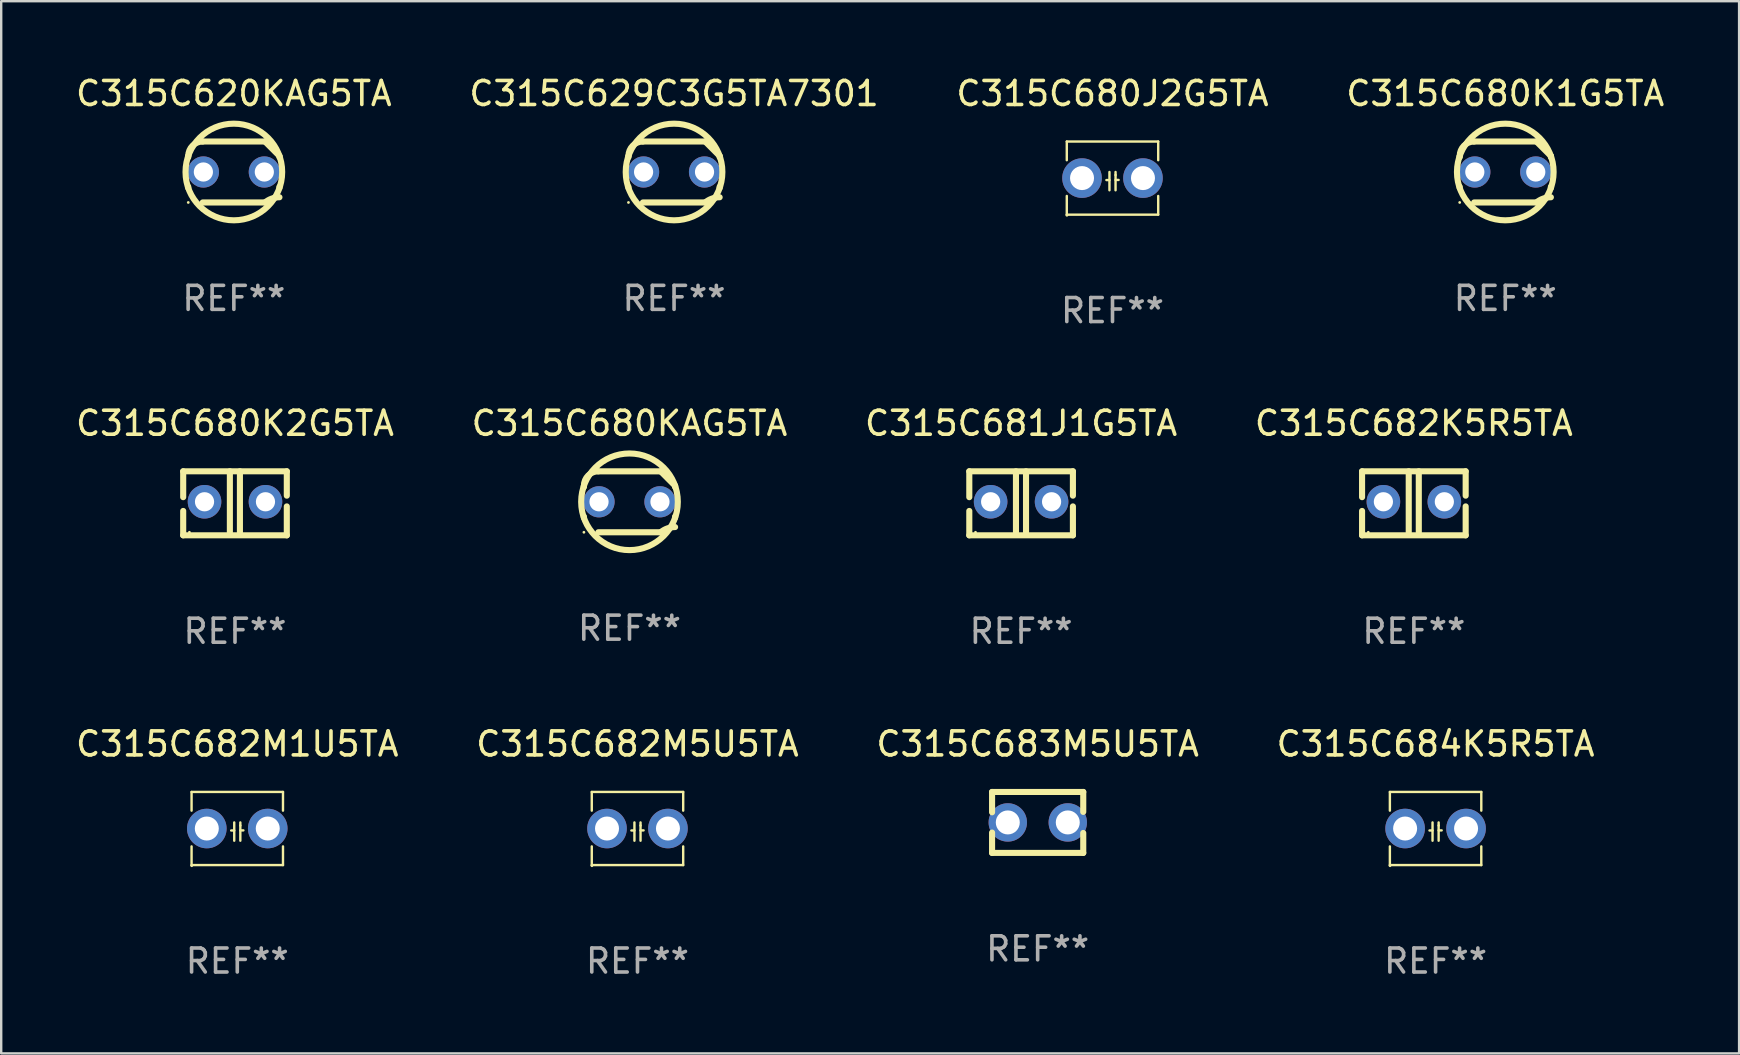
<source format=kicad_pcb>
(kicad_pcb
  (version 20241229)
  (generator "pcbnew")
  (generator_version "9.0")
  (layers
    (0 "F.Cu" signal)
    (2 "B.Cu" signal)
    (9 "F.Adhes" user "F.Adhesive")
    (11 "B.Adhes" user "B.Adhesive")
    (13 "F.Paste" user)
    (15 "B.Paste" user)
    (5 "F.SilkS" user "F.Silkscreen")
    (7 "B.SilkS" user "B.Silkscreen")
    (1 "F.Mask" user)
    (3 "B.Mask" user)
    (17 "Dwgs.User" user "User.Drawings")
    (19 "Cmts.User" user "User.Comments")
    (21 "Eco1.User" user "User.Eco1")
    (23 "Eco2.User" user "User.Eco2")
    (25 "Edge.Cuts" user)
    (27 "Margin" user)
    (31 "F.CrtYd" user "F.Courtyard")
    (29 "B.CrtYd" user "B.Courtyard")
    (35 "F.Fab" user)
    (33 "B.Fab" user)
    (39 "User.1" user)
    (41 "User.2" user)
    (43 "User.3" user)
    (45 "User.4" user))
  (footprint "C315C629C3G5TA7301"
    (layer "F.Cu")
    (at 25.042 4.118)
    (property "Reference" "C315C629C3G5TA7301" (at 0 -3.27 0) (layer "F.SilkS") (effects (font (size 1 1) (thickness 0.15))))
    (attr through_hole)
    (fp_line (start -1.9 -0.615) (end -1.9 -0.668) (stroke (width 0.254) (type solid)) (layer "F.SilkS"))
    (fp_line (start -1.9 0.668) (end -1.9 0.615) (stroke (width 0.254) (type solid)) (layer "F.SilkS"))
    (fp_line (start -1.298 1.27) (end 1.298 1.27) (stroke (width 0.254) (type solid)) (layer "F.SilkS"))
    (fp_line (start -1.298 -1.27) (end 1.298 -1.27) (stroke (width 0.254) (type solid)) (layer "F.SilkS"))
    (fp_line (start 1.9 -0.668) (end 1.9 -0.615) (stroke (width 0.254) (type solid)) (layer "F.SilkS"))
    (fp_line (start 1.9 0.615) (end 1.9 0.668) (stroke (width 0.254) (type solid)) (layer "F.SilkS"))
    (fp_arc (start -1.900025 0.667602) (mid 1.900003 -0.66758) (end -1.900025 0.667602) (stroke (width 0.254001) (type solid)) (layer "F.SilkS"))
    (fp_arc (start -1.9 -0.667602) (mid -1.723557 -1.093572) (end -1.297587 -1.270015) (stroke (width 0.254001) (type solid)) (layer "F.SilkS"))
    (fp_arc (start 1.297587 1.26999) (mid 1.579878 1.109027) (end 1.9 1.053172) (stroke (width 0.254001) (type solid)) (layer "F.SilkS"))
    (fp_arc (start 1.297611 -1.270042) (mid 1.598991 -0.969008) (end 1.900025 -0.667628) (stroke (width 0.254001) (type solid)) (layer "F.SilkS"))
    (fp_circle (center -1.9 1.27) (end -1.87 1.27) (stroke (width 0.06) (type solid)) (fill no) (layer "F.SilkS"))
    (fp_text user "REF**" (at 0 5.27 0) (layer "F.Fab") (effects (font (size 1 1) (thickness 0.15))))
    (pad "1" thru_hole circle (at -1.27 -0.000013) (size 1.3 1.3) (drill 0.8) (layers "*.Cu" "*.Mask"))
    (pad "2" thru_hole circle (at 1.27 -0.000013) (size 1.3 1.3) (drill 0.8) (layers "*.Cu" "*.Mask")))
  (footprint "C315C682K5R5TA"
    (layer "F.Cu")
    (at 55.875 17.926)
    (property "Reference" "C315C682K5R5TA" (at 0 -3.334 0) (layer "F.SilkS") (effects (font (size 1 1) (thickness 0.15))))
    (attr through_hole)
    (fp_line (start -2.159 -1.334) (end 2.159 -1.334) (stroke (width 0.254) (type solid)) (layer "F.SilkS"))
    (fp_line (start -2.159 -0.256) (end -2.159 -1.334) (stroke (width 0.254) (type solid)) (layer "F.SilkS"))
    (fp_line (start -2.159 1.334) (end -2.159 0.318) (stroke (width 0.254) (type solid)) (layer "F.SilkS"))
    (fp_line (start -0.214 -1.334) (end -0.214 1.207) (stroke (width 0.254) (type solid)) (layer "F.SilkS"))
    (fp_line (start 0.205 -1.334) (end 0.205 1.207) (stroke (width 0.254) (type solid)) (layer "F.SilkS"))
    (fp_line (start 2.159 -1.334) (end 2.159 -0.318) (stroke (width 0.254) (type solid)) (layer "F.SilkS"))
    (fp_line (start 2.159 0.129) (end 2.159 1.334) (stroke (width 0.254) (type solid)) (layer "F.SilkS"))
    (fp_line (start 2.159 1.334) (end -2.159 1.334) (stroke (width 0.254) (type solid)) (layer "F.SilkS"))
    (fp_circle (center -1.9 1.207) (end -1.87 1.207) (stroke (width 0.06) (type solid)) (fill no) (layer "F.SilkS"))
    (fp_text user "REF**" (at 0 5.334 0) (layer "F.Fab") (effects (font (size 1 1) (thickness 0.15))))
    (pad "1" thru_hole circle (at -1.27 -0.064) (size 1.4 1.4) (drill 0.8) (layers "*.Cu" "*.Mask"))
    (pad "2" thru_hole circle (at 1.27 -0.064) (size 1.4 1.4) (drill 0.8) (layers "*.Cu" "*.Mask")))
  (footprint "C315C682M1U5TA"
    (layer "F.Cu")
    (at 6.839 31.48)
    (property "Reference" "C315C682M1U5TA" (at 0 -3.524 0) (layer "F.SilkS") (effects (font (size 1 1) (thickness 0.15))))
    (attr through_hole)
    (fp_line (start -1.905 -1.524) (end -1.905 -0.745) (stroke (width 0.1) (type solid)) (layer "F.SilkS"))
    (fp_line (start -1.905 0.745) (end -1.905 1.524) (stroke (width 0.1) (type solid)) (layer "F.SilkS"))
    (fp_line (start -1.905 1.524) (end 1.905 1.524) (stroke (width 0.1) (type solid)) (layer "F.SilkS"))
    (fp_line (start -0.127 -0.254) (end -0.127 0.508) (stroke (width 0.1) (type solid)) (layer "F.SilkS"))
    (fp_line (start -0.127 0.082) (end -0.254 0.082) (stroke (width 0.1) (type solid)) (layer "F.SilkS"))
    (fp_line (start 0.127 -0.127) (end 0.127 -0.254) (stroke (width 0.1) (type solid)) (layer "F.SilkS"))
    (fp_line (start 0.127 -0.127) (end 0.127 0.508) (stroke (width 0.1) (type solid)) (layer "F.SilkS"))
    (fp_line (start 0.127 0.077) (end 0.254 0.077) (stroke (width 0.1) (type solid)) (layer "F.SilkS"))
    (fp_line (start 1.905 -1.524) (end -1.905 -1.524) (stroke (width 0.1) (type solid)) (layer "F.SilkS"))
    (fp_line (start 1.905 -0.745) (end 1.905 -1.524) (stroke (width 0.1) (type solid)) (layer "F.SilkS"))
    (fp_line (start 1.905 1.524) (end 1.905 0.745) (stroke (width 0.1) (type solid)) (layer "F.SilkS"))
    (fp_circle (center -1.9 1.55) (end -1.87 1.55) (stroke (width 0.06) (type solid)) (fill no) (layer "F.SilkS"))
    (fp_text user "REF**" (at 0 5.524 0) (layer "F.Fab") (effects (font (size 1 1) (thickness 0.15))))
    (pad "1" thru_hole circle (at -1.27 0) (size 1.65 1.65) (drill 1) (layers "*.Cu" "*.Mask"))
    (pad "2" thru_hole circle (at 1.27 0) (size 1.65 1.65) (drill 1) (layers "*.Cu" "*.Mask")))
  (footprint "C315C680KAG5TA"
    (layer "F.Cu")
    (at 23.185 17.863)
    (property "Reference" "C315C680KAG5TA" (at 0 -3.27 0) (layer "F.SilkS") (effects (font (size 1 1) (thickness 0.15))))
    (attr through_hole)
    (fp_line (start -1.9 -0.615) (end -1.9 -0.668) (stroke (width 0.254) (type solid)) (layer "F.SilkS"))
    (fp_line (start -1.9 0.668) (end -1.9 0.615) (stroke (width 0.254) (type solid)) (layer "F.SilkS"))
    (fp_line (start -1.298 1.27) (end 1.298 1.27) (stroke (width 0.254) (type solid)) (layer "F.SilkS"))
    (fp_line (start -1.298 -1.27) (end 1.298 -1.27) (stroke (width 0.254) (type solid)) (layer "F.SilkS"))
    (fp_line (start 1.9 -0.668) (end 1.9 -0.615) (stroke (width 0.254) (type solid)) (layer "F.SilkS"))
    (fp_line (start 1.9 0.615) (end 1.9 0.668) (stroke (width 0.254) (type solid)) (layer "F.SilkS"))
    (fp_arc (start -1.900025 0.667602) (mid 1.900003 -0.66758) (end -1.900025 0.667602) (stroke (width 0.254001) (type solid)) (layer "F.SilkS"))
    (fp_arc (start -1.9 -0.667602) (mid -1.723557 -1.093572) (end -1.297587 -1.270015) (stroke (width 0.254001) (type solid)) (layer "F.SilkS"))
    (fp_arc (start 1.297587 1.26999) (mid 1.579878 1.109027) (end 1.9 1.053172) (stroke (width 0.254001) (type solid)) (layer "F.SilkS"))
    (fp_arc (start 1.297611 -1.270042) (mid 1.598991 -0.969008) (end 1.900025 -0.667628) (stroke (width 0.254001) (type solid)) (layer "F.SilkS"))
    (fp_circle (center -1.9 1.27) (end -1.87 1.27) (stroke (width 0.06) (type solid)) (fill no) (layer "F.SilkS"))
    (fp_text user "REF**" (at 0 5.27 0) (layer "F.Fab") (effects (font (size 1 1) (thickness 0.15))))
    (pad "1" thru_hole circle (at -1.27 -0.000013) (size 1.3 1.3) (drill 0.8) (layers "*.Cu" "*.Mask"))
    (pad "2" thru_hole circle (at 1.27 -0.000013) (size 1.3 1.3) (drill 0.8) (layers "*.Cu" "*.Mask")))
  (footprint "C315C682M5U5TA"
    (layer "F.Cu")
    (at 23.518 31.48)
    (property "Reference" "C315C682M5U5TA" (at 0 -3.524 0) (layer "F.SilkS") (effects (font (size 1 1) (thickness 0.15))))
    (attr through_hole)
    (fp_line (start -1.905 -1.524) (end -1.905 -0.745) (stroke (width 0.1) (type solid)) (layer "F.SilkS"))
    (fp_line (start -1.905 0.745) (end -1.905 1.524) (stroke (width 0.1) (type solid)) (layer "F.SilkS"))
    (fp_line (start -1.905 1.524) (end 1.905 1.524) (stroke (width 0.1) (type solid)) (layer "F.SilkS"))
    (fp_line (start -0.127 -0.254) (end -0.127 0.508) (stroke (width 0.1) (type solid)) (layer "F.SilkS"))
    (fp_line (start -0.127 0.082) (end -0.254 0.082) (stroke (width 0.1) (type solid)) (layer "F.SilkS"))
    (fp_line (start 0.127 -0.127) (end 0.127 -0.254) (stroke (width 0.1) (type solid)) (layer "F.SilkS"))
    (fp_line (start 0.127 -0.127) (end 0.127 0.508) (stroke (width 0.1) (type solid)) (layer "F.SilkS"))
    (fp_line (start 0.127 0.077) (end 0.254 0.077) (stroke (width 0.1) (type solid)) (layer "F.SilkS"))
    (fp_line (start 1.905 -1.524) (end -1.905 -1.524) (stroke (width 0.1) (type solid)) (layer "F.SilkS"))
    (fp_line (start 1.905 -0.745) (end 1.905 -1.524) (stroke (width 0.1) (type solid)) (layer "F.SilkS"))
    (fp_line (start 1.905 1.524) (end 1.905 0.745) (stroke (width 0.1) (type solid)) (layer "F.SilkS"))
    (fp_circle (center -1.9 1.55) (end -1.87 1.55) (stroke (width 0.06) (type solid)) (fill no) (layer "F.SilkS"))
    (fp_text user "REF**" (at 0 5.524 0) (layer "F.Fab") (effects (font (size 1 1) (thickness 0.15))))
    (pad "1" thru_hole circle (at -1.27 0) (size 1.65 1.65) (drill 1) (layers "*.Cu" "*.Mask"))
    (pad "2" thru_hole circle (at 1.27 0) (size 1.65 1.65) (drill 1) (layers "*.Cu" "*.Mask")))
  (footprint "C315C681J1G5TA"
    (layer "F.Cu")
    (at 39.506 17.926)
    (property "Reference" "C315C681J1G5TA" (at 0 -3.334 0) (layer "F.SilkS") (effects (font (size 1 1) (thickness 0.15))))
    (attr through_hole)
    (fp_line (start -2.159 -1.334) (end 2.159 -1.334) (stroke (width 0.254) (type solid)) (layer "F.SilkS"))
    (fp_line (start -2.159 -0.256) (end -2.159 -1.334) (stroke (width 0.254) (type solid)) (layer "F.SilkS"))
    (fp_line (start -2.159 1.334) (end -2.159 0.318) (stroke (width 0.254) (type solid)) (layer "F.SilkS"))
    (fp_line (start -0.214 -1.334) (end -0.214 1.207) (stroke (width 0.254) (type solid)) (layer "F.SilkS"))
    (fp_line (start 0.205 -1.334) (end 0.205 1.207) (stroke (width 0.254) (type solid)) (layer "F.SilkS"))
    (fp_line (start 2.159 -1.334) (end 2.159 -0.318) (stroke (width 0.254) (type solid)) (layer "F.SilkS"))
    (fp_line (start 2.159 0.129) (end 2.159 1.334) (stroke (width 0.254) (type solid)) (layer "F.SilkS"))
    (fp_line (start 2.159 1.334) (end -2.159 1.334) (stroke (width 0.254) (type solid)) (layer "F.SilkS"))
    (fp_circle (center -1.9 1.207) (end -1.87 1.207) (stroke (width 0.06) (type solid)) (fill no) (layer "F.SilkS"))
    (fp_text user "REF**" (at 0 5.334 0) (layer "F.Fab") (effects (font (size 1 1) (thickness 0.15))))
    (pad "1" thru_hole circle (at -1.27 -0.064) (size 1.4 1.4) (drill 0.8) (layers "*.Cu" "*.Mask"))
    (pad "2" thru_hole circle (at 1.27 -0.064) (size 1.4 1.4) (drill 0.8) (layers "*.Cu" "*.Mask")))
  (footprint "C315C680K2G5TA"
    (layer "F.Cu")
    (at 6.744 17.926)
    (property "Reference" "C315C680K2G5TA" (at 0 -3.334 0) (layer "F.SilkS") (effects (font (size 1 1) (thickness 0.15))))
    (attr through_hole)
    (fp_line (start -2.159 -1.334) (end 2.159 -1.334) (stroke (width 0.254) (type solid)) (layer "F.SilkS"))
    (fp_line (start -2.159 -0.256) (end -2.159 -1.334) (stroke (width 0.254) (type solid)) (layer "F.SilkS"))
    (fp_line (start -2.159 1.334) (end -2.159 0.318) (stroke (width 0.254) (type solid)) (layer "F.SilkS"))
    (fp_line (start -0.214 -1.334) (end -0.214 1.207) (stroke (width 0.254) (type solid)) (layer "F.SilkS"))
    (fp_line (start 0.205 -1.334) (end 0.205 1.207) (stroke (width 0.254) (type solid)) (layer "F.SilkS"))
    (fp_line (start 2.159 -1.334) (end 2.159 -0.318) (stroke (width 0.254) (type solid)) (layer "F.SilkS"))
    (fp_line (start 2.159 0.129) (end 2.159 1.334) (stroke (width 0.254) (type solid)) (layer "F.SilkS"))
    (fp_line (start 2.159 1.334) (end -2.159 1.334) (stroke (width 0.254) (type solid)) (layer "F.SilkS"))
    (fp_circle (center -1.9 1.207) (end -1.87 1.207) (stroke (width 0.06) (type solid)) (fill no) (layer "F.SilkS"))
    (fp_text user "REF**" (at 0 5.334 0) (layer "F.Fab") (effects (font (size 1 1) (thickness 0.15))))
    (pad "1" thru_hole circle (at -1.27 -0.064) (size 1.4 1.4) (drill 0.8) (layers "*.Cu" "*.Mask"))
    (pad "2" thru_hole circle (at 1.27 -0.064) (size 1.4 1.4) (drill 0.8) (layers "*.Cu" "*.Mask")))
  (footprint "C315C684K5R5TA"
    (layer "F.Cu")
    (at 56.78 31.48)
    (property "Reference" "C315C684K5R5TA" (at 0 -3.524 0) (layer "F.SilkS") (effects (font (size 1 1) (thickness 0.15))))
    (attr through_hole)
    (fp_line (start -1.905 -1.524) (end -1.905 -0.745) (stroke (width 0.1) (type solid)) (layer "F.SilkS"))
    (fp_line (start -1.905 0.745) (end -1.905 1.524) (stroke (width 0.1) (type solid)) (layer "F.SilkS"))
    (fp_line (start -1.905 1.524) (end 1.905 1.524) (stroke (width 0.1) (type solid)) (layer "F.SilkS"))
    (fp_line (start -0.127 -0.254) (end -0.127 0.508) (stroke (width 0.1) (type solid)) (layer "F.SilkS"))
    (fp_line (start -0.127 0.082) (end -0.254 0.082) (stroke (width 0.1) (type solid)) (layer "F.SilkS"))
    (fp_line (start 0.127 -0.127) (end 0.127 -0.254) (stroke (width 0.1) (type solid)) (layer "F.SilkS"))
    (fp_line (start 0.127 -0.127) (end 0.127 0.508) (stroke (width 0.1) (type solid)) (layer "F.SilkS"))
    (fp_line (start 0.127 0.077) (end 0.254 0.077) (stroke (width 0.1) (type solid)) (layer "F.SilkS"))
    (fp_line (start 1.905 -1.524) (end -1.905 -1.524) (stroke (width 0.1) (type solid)) (layer "F.SilkS"))
    (fp_line (start 1.905 -0.745) (end 1.905 -1.524) (stroke (width 0.1) (type solid)) (layer "F.SilkS"))
    (fp_line (start 1.905 1.524) (end 1.905 0.745) (stroke (width 0.1) (type solid)) (layer "F.SilkS"))
    (fp_circle (center -1.9 1.55) (end -1.87 1.55) (stroke (width 0.06) (type solid)) (fill no) (layer "F.SilkS"))
    (fp_text user "REF**" (at 0 5.524 0) (layer "F.Fab") (effects (font (size 1 1) (thickness 0.15))))
    (pad "1" thru_hole circle (at -1.27 0) (size 1.65 1.65) (drill 1) (layers "*.Cu" "*.Mask"))
    (pad "2" thru_hole circle (at 1.27 0) (size 1.65 1.65) (drill 1) (layers "*.Cu" "*.Mask")))
  (footprint "C315C680K1G5TA"
    (layer "F.Cu")
    (at 59.685 4.118)
    (property "Reference" "C315C680K1G5TA" (at 0 -3.27 0) (layer "F.SilkS") (effects (font (size 1 1) (thickness 0.15))))
    (attr through_hole)
    (fp_line (start -1.9 -0.615) (end -1.9 -0.668) (stroke (width 0.254) (type solid)) (layer "F.SilkS"))
    (fp_line (start -1.9 0.668) (end -1.9 0.615) (stroke (width 0.254) (type solid)) (layer "F.SilkS"))
    (fp_line (start -1.298 1.27) (end 1.298 1.27) (stroke (width 0.254) (type solid)) (layer "F.SilkS"))
    (fp_line (start -1.298 -1.27) (end 1.298 -1.27) (stroke (width 0.254) (type solid)) (layer "F.SilkS"))
    (fp_line (start 1.9 -0.668) (end 1.9 -0.615) (stroke (width 0.254) (type solid)) (layer "F.SilkS"))
    (fp_line (start 1.9 0.615) (end 1.9 0.668) (stroke (width 0.254) (type solid)) (layer "F.SilkS"))
    (fp_arc (start -1.900025 0.667602) (mid 1.900003 -0.66758) (end -1.900025 0.667602) (stroke (width 0.254001) (type solid)) (layer "F.SilkS"))
    (fp_arc (start -1.9 -0.667602) (mid -1.723557 -1.093572) (end -1.297587 -1.270015) (stroke (width 0.254001) (type solid)) (layer "F.SilkS"))
    (fp_arc (start 1.297587 1.26999) (mid 1.579878 1.109027) (end 1.9 1.053172) (stroke (width 0.254001) (type solid)) (layer "F.SilkS"))
    (fp_arc (start 1.297611 -1.270042) (mid 1.598991 -0.969008) (end 1.900025 -0.667628) (stroke (width 0.254001) (type solid)) (layer "F.SilkS"))
    (fp_circle (center -1.9 1.27) (end -1.87 1.27) (stroke (width 0.06) (type solid)) (fill no) (layer "F.SilkS"))
    (fp_text user "REF**" (at 0 5.27 0) (layer "F.Fab") (effects (font (size 1 1) (thickness 0.15))))
    (pad "1" thru_hole circle (at -1.27 -0.000013) (size 1.3 1.3) (drill 0.8) (layers "*.Cu" "*.Mask"))
    (pad "2" thru_hole circle (at 1.27 -0.000013) (size 1.3 1.3) (drill 0.8) (layers "*.Cu" "*.Mask")))
  (footprint "C315C620KAG5TA"
    (layer "F.Cu")
    (at 6.696 4.118)
    (property "Reference" "C315C620KAG5TA" (at 0 -3.27 0) (layer "F.SilkS") (effects (font (size 1 1) (thickness 0.15))))
    (attr through_hole)
    (fp_line (start -1.9 -0.615) (end -1.9 -0.668) (stroke (width 0.254) (type solid)) (layer "F.SilkS"))
    (fp_line (start -1.9 0.668) (end -1.9 0.615) (stroke (width 0.254) (type solid)) (layer "F.SilkS"))
    (fp_line (start -1.298 1.27) (end 1.298 1.27) (stroke (width 0.254) (type solid)) (layer "F.SilkS"))
    (fp_line (start -1.298 -1.27) (end 1.298 -1.27) (stroke (width 0.254) (type solid)) (layer "F.SilkS"))
    (fp_line (start 1.9 -0.668) (end 1.9 -0.615) (stroke (width 0.254) (type solid)) (layer "F.SilkS"))
    (fp_line (start 1.9 0.615) (end 1.9 0.668) (stroke (width 0.254) (type solid)) (layer "F.SilkS"))
    (fp_arc (start -1.900025 0.667602) (mid 1.900003 -0.66758) (end -1.900025 0.667602) (stroke (width 0.254001) (type solid)) (layer "F.SilkS"))
    (fp_arc (start -1.9 -0.667602) (mid -1.723557 -1.093572) (end -1.297587 -1.270015) (stroke (width 0.254001) (type solid)) (layer "F.SilkS"))
    (fp_arc (start 1.297587 1.26999) (mid 1.579878 1.109027) (end 1.9 1.053172) (stroke (width 0.254001) (type solid)) (layer "F.SilkS"))
    (fp_arc (start 1.297611 -1.270042) (mid 1.598991 -0.969008) (end 1.900025 -0.667628) (stroke (width 0.254001) (type solid)) (layer "F.SilkS"))
    (fp_circle (center -1.9 1.27) (end -1.87 1.27) (stroke (width 0.06) (type solid)) (fill no) (layer "F.SilkS"))
    (fp_text user "REF**" (at 0 5.27 0) (layer "F.Fab") (effects (font (size 1 1) (thickness 0.15))))
    (pad "1" thru_hole circle (at -1.27 -0.000013) (size 1.3 1.3) (drill 0.8) (layers "*.Cu" "*.Mask"))
    (pad "2" thru_hole circle (at 1.27 -0.000013) (size 1.3 1.3) (drill 0.8) (layers "*.Cu" "*.Mask")))
  (footprint "C315C680J2G5TA"
    (layer "F.Cu")
    (at 43.315 4.372)
    (property "Reference" "C315C680J2G5TA" (at 0 -3.524 0) (layer "F.SilkS") (effects (font (size 1 1) (thickness 0.15))))
    (attr through_hole)
    (fp_line (start -1.905 -1.524) (end -1.905 -0.745) (stroke (width 0.1) (type solid)) (layer "F.SilkS"))
    (fp_line (start -1.905 0.745) (end -1.905 1.524) (stroke (width 0.1) (type solid)) (layer "F.SilkS"))
    (fp_line (start -1.905 1.524) (end 1.905 1.524) (stroke (width 0.1) (type solid)) (layer "F.SilkS"))
    (fp_line (start -0.127 -0.254) (end -0.127 0.508) (stroke (width 0.1) (type solid)) (layer "F.SilkS"))
    (fp_line (start -0.127 0.082) (end -0.254 0.082) (stroke (width 0.1) (type solid)) (layer "F.SilkS"))
    (fp_line (start 0.127 -0.127) (end 0.127 -0.254) (stroke (width 0.1) (type solid)) (layer "F.SilkS"))
    (fp_line (start 0.127 -0.127) (end 0.127 0.508) (stroke (width 0.1) (type solid)) (layer "F.SilkS"))
    (fp_line (start 0.127 0.077) (end 0.254 0.077) (stroke (width 0.1) (type solid)) (layer "F.SilkS"))
    (fp_line (start 1.905 -1.524) (end -1.905 -1.524) (stroke (width 0.1) (type solid)) (layer "F.SilkS"))
    (fp_line (start 1.905 -0.745) (end 1.905 -1.524) (stroke (width 0.1) (type solid)) (layer "F.SilkS"))
    (fp_line (start 1.905 1.524) (end 1.905 0.745) (stroke (width 0.1) (type solid)) (layer "F.SilkS"))
    (fp_circle (center -1.9 1.55) (end -1.87 1.55) (stroke (width 0.06) (type solid)) (fill no) (layer "F.SilkS"))
    (fp_text user "REF**" (at 0 5.524 0) (layer "F.Fab") (effects (font (size 1 1) (thickness 0.15))))
    (pad "1" thru_hole circle (at -1.27 0) (size 1.65 1.65) (drill 1) (layers "*.Cu" "*.Mask"))
    (pad "2" thru_hole circle (at 1.27 0) (size 1.65 1.65) (drill 1) (layers "*.Cu" "*.Mask")))
  (footprint "C315C683M5U5TA"
    (layer "F.Cu")
    (at 40.196 31.226)
    (property "Reference" "C315C683M5U5TA" (at 0 -3.27 0) (layer "F.SilkS") (effects (font (size 1 1) (thickness 0.15))))
    (attr through_hole)
    (fp_line (start -1.9 -1.27) (end -1.9 -0.423) (stroke (width 0.254) (type solid)) (layer "F.SilkS"))
    (fp_line (start -1.9 -1.27) (end 1.9 -1.27) (stroke (width 0.254) (type solid)) (layer "F.SilkS"))
    (fp_line (start -1.9 0.423) (end -1.9 1.27) (stroke (width 0.254) (type solid)) (layer "F.SilkS"))
    (fp_line (start -1.9 1.27) (end 1.9 1.27) (stroke (width 0.254) (type solid)) (layer "F.SilkS"))
    (fp_line (start 1.9 -1.27) (end 1.9 -0.439) (stroke (width 0.254) (type solid)) (layer "F.SilkS"))
    (fp_line (start 1.9 0.439) (end 1.9 1.27) (stroke (width 0.254) (type solid)) (layer "F.SilkS"))
    (fp_circle (center -1.895 1.25) (end -1.865 1.25) (stroke (width 0.06) (type solid)) (fill no) (layer "F.SilkS"))
    (fp_text user "REF**" (at 0 5.27 0) (layer "F.Fab") (effects (font (size 1 1) (thickness 0.15))))
    (pad "1" thru_hole circle (at -1.245 0) (size 1.6 1.6) (drill 1) (layers "*.Cu" "*.Mask"))
    (pad "2" thru_hole circle (at 1.255 0) (size 1.6 1.6) (drill 1) (layers "*.Cu" "*.Mask")))
  (gr_rect
    (start -3 -3)
    (end 69.429 40.853)
    (stroke (width 0.1) (type default))
    (fill no)
    (layer "Edge.Cuts")))
</source>
